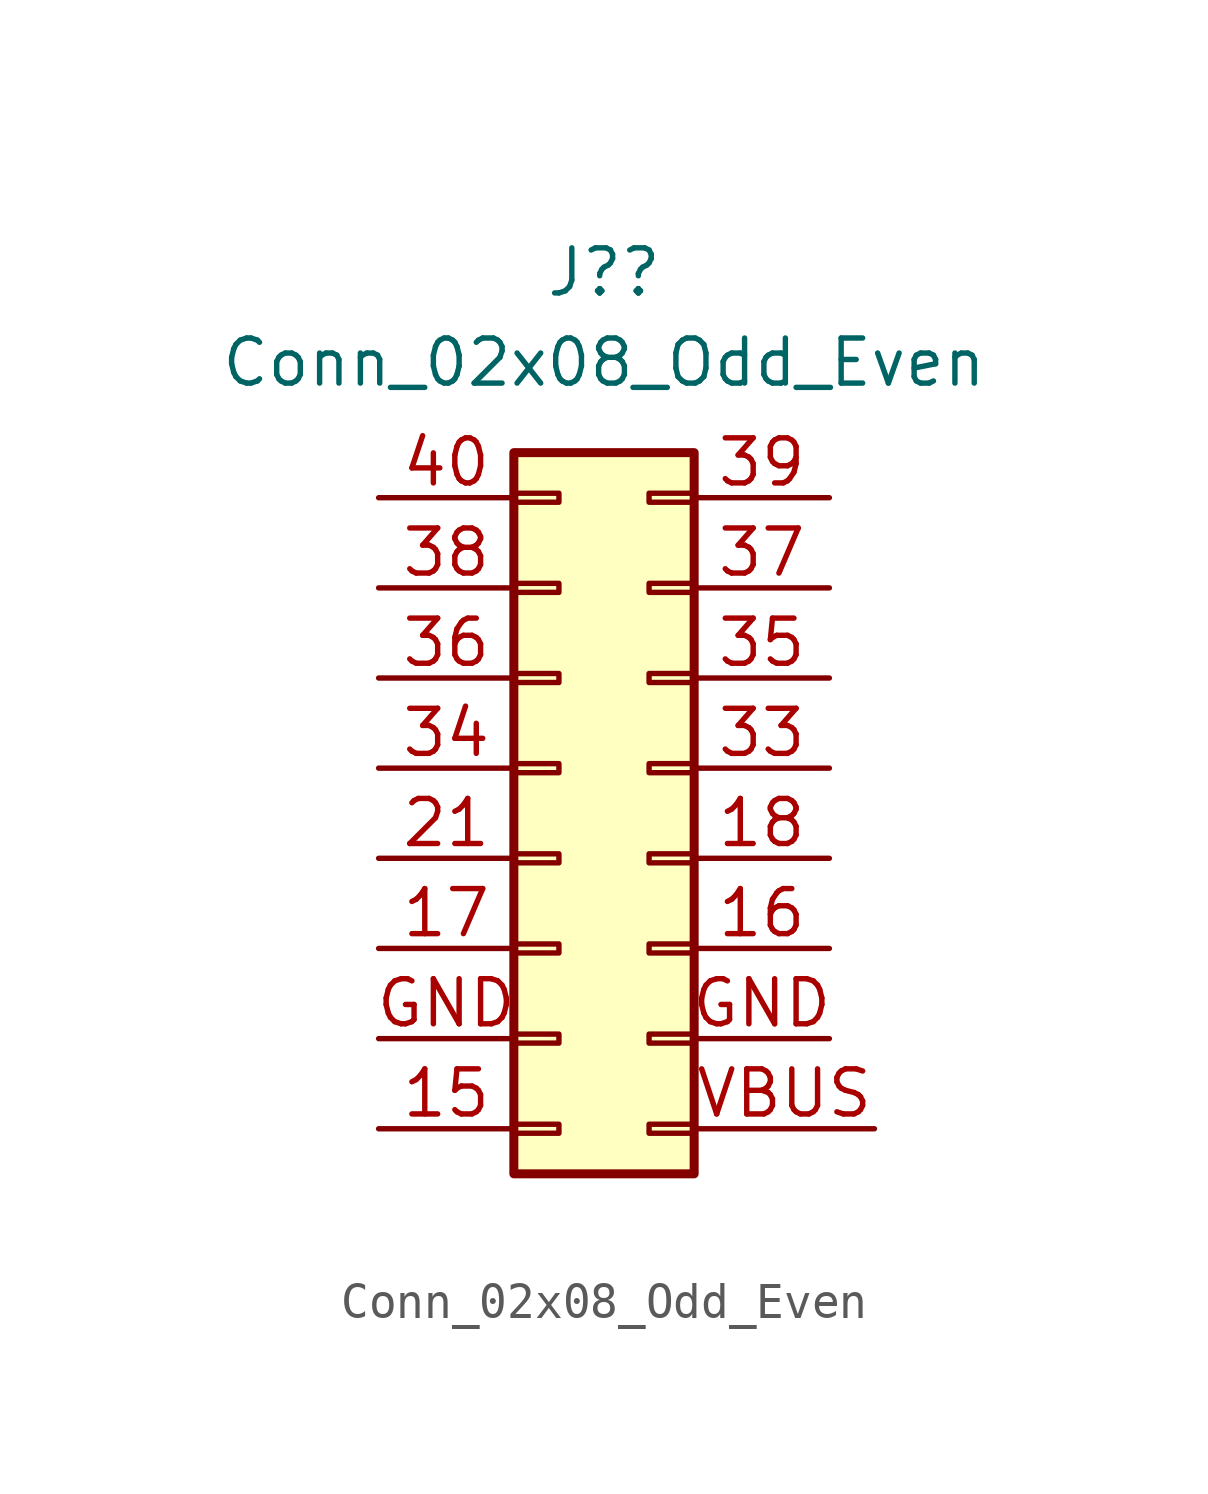
<source format=kicad_sym>
(kicad_symbol_lib
  (version 20211014)
  (generator kicad_symbol_editor)
  (symbol "Conn_02x08_Odd_Even"
    (pin_names
      (offset 1.016) hide)
    (property "Reference" "J?"
      (at 1.27 13.97 0)
      (effects (font (size 1.27 1.27))))
    (property "Value" "Conn_02x08_Odd_Even"
      (at 1.27 11.43 0)
      (effects (font (size 1.27 1.27))))
    (symbol "Conn_02x08_Odd_Even_1_1"
      (rectangle (start -1.27 -10.033) (end 0 -10.287) (stroke (width 0.152) (type default) (color 0 0 0 0)) (fill (type none)))
      (rectangle (start -1.27 -7.493) (end 0 -7.747) (stroke (width 0.152) (type default) (color 0 0 0 0)) (fill (type none)))
      (rectangle (start -1.27 -4.953) (end 0 -5.207) (stroke (width 0.152) (type default) (color 0 0 0 0)) (fill (type none)))
      (rectangle (start -1.27 -2.413) (end 0 -2.667) (stroke (width 0.152) (type default) (color 0 0 0 0)) (fill (type none)))
      (rectangle (start -1.27 0.127) (end 0 -0.127) (stroke (width 0.152) (type default) (color 0 0 0 0)) (fill (type none)))
      (rectangle (start -1.27 2.667) (end 0 2.413) (stroke (width 0.152) (type default) (color 0 0 0 0)) (fill (type none)))
      (rectangle (start -1.27 5.207) (end 0 4.953) (stroke (width 0.152) (type default) (color 0 0 0 0)) (fill (type none)))
      (rectangle (start -1.27 7.747) (end 0 7.493) (stroke (width 0.152) (type default) (color 0 0 0 0)) (fill (type none)))
      (rectangle (start -1.27 8.89) (end 3.81 -11.43) (stroke (width 0.254) (type default) (color 0 0 0 0)) (fill (type background)))
      (rectangle (start 3.81 -10.033) (end 2.54 -10.287) (stroke (width 0.152) (type default) (color 0 0 0 0)) (fill (type none)))
      (rectangle (start 3.81 -7.493) (end 2.54 -7.747) (stroke (width 0.152) (type default) (color 0 0 0 0)) (fill (type none)))
      (rectangle (start 3.81 -4.953) (end 2.54 -5.207) (stroke (width 0.152) (type default) (color 0 0 0 0)) (fill (type none)))
      (rectangle (start 3.81 -2.413) (end 2.54 -2.667) (stroke (width 0.152) (type default) (color 0 0 0 0)) (fill (type none)))
      (rectangle (start 3.81 0.127) (end 2.54 -0.127) (stroke (width 0.152) (type default) (color 0 0 0 0)) (fill (type none)))
      (rectangle (start 3.81 2.667) (end 2.54 2.413) (stroke (width 0.152) (type default) (color 0 0 0 0)) (fill (type none)))
      (rectangle (start 3.81 5.207) (end 2.54 4.953) (stroke (width 0.152) (type default) (color 0 0 0 0)) (fill (type none)))
      (rectangle (start 3.81 7.747) (end 2.54 7.493) (stroke (width 0.152) (type default) (color 0 0 0 0)) (fill (type none)))
      (pin passive line (at -5.08 -10.16 0) (length 3.81) (name "Pin_15" (effects (font (size 1.27 1.27)))) (number "15" (effects (font (size 1.27 1.27)))))
      (pin passive line (at 7.62 -5.08 180) (length 3.81) (name "Pin_16" (effects (font (size 1.27 1.27)))) (number "16" (effects (font (size 1.27 1.27)))))
      (pin passive line (at -5.08 -5.08 0) (length 3.81) (name "Pin_17" (effects (font (size 1.27 1.27)))) (number "17" (effects (font (size 1.27 1.27)))))
      (pin passive line (at 7.62 -2.54 180) (length 3.81) (name "Pin_18" (effects (font (size 1.27 1.27)))) (number "18" (effects (font (size 1.27 1.27)))))
      (pin passive line (at -5.08 -2.54 0) (length 3.81) (name "Pin_21" (effects (font (size 1.27 1.27)))) (number "21" (effects (font (size 1.27 1.27)))))
      (pin passive line (at 7.62 0 180) (length 3.81) (name "Pin_33" (effects (font (size 1.27 1.27)))) (number "33" (effects (font (size 1.27 1.27)))))
      (pin passive line (at -5.08 0 0) (length 3.81) (name "Pin_34" (effects (font (size 1.27 1.27)))) (number "34" (effects (font (size 1.27 1.27)))))
      (pin bidirectional line (at 7.62 2.54 180) (length 3.81) (name "Pin_35" (effects (font (size 1.27 1.27)))) (number "35" (effects (font (size 1.27 1.27)))))
      (pin passive line (at -5.08 2.54 0) (length 3.81) (name "Pin_36" (effects (font (size 1.27 1.27)))) (number "36" (effects (font (size 1.27 1.27)))))
      (pin input line (at 7.62 5.08 180) (length 3.81) (name "Pin_37" (effects (font (size 1.27 1.27)))) (number "37" (effects (font (size 1.27 1.27)))))
      (pin passive line (at -5.08 5.08 0) (length 3.81) (name "Pin_38" (effects (font (size 1.27 1.27)))) (number "38" (effects (font (size 1.27 1.27)))))
      (pin passive line (at 7.62 7.62 180) (length 3.81) (name "Pin_39" (effects (font (size 1.27 1.27)))) (number "39" (effects (font (size 1.27 1.27)))))
      (pin passive line (at -5.08 7.62 0) (length 3.81) (name "Pin_40" (effects (font (size 1.27 1.27)))) (number "40" (effects (font (size 1.27 1.27)))))
      (pin passive line (at -5.08 -7.62 0) (length 3.81) (name "Pin_GND" (effects (font (size 1.27 1.27)))) (number "GND" (effects (font (size 1.27 1.27)))))
      (pin passive line (at 7.62 -7.62 180) (length 3.81) (name "Pin_GND" (effects (font (size 1.27 1.27)))) (number "GND" (effects (font (size 1.27 1.27)))))
      (pin power_out line (at 8.89 -10.16 180) (length 5.08) (name "Pin_VBUS" (effects (font (size 1.27 1.27)))) (number "VBUS" (effects (font (size 1.27 1.27))))))))
</source>
